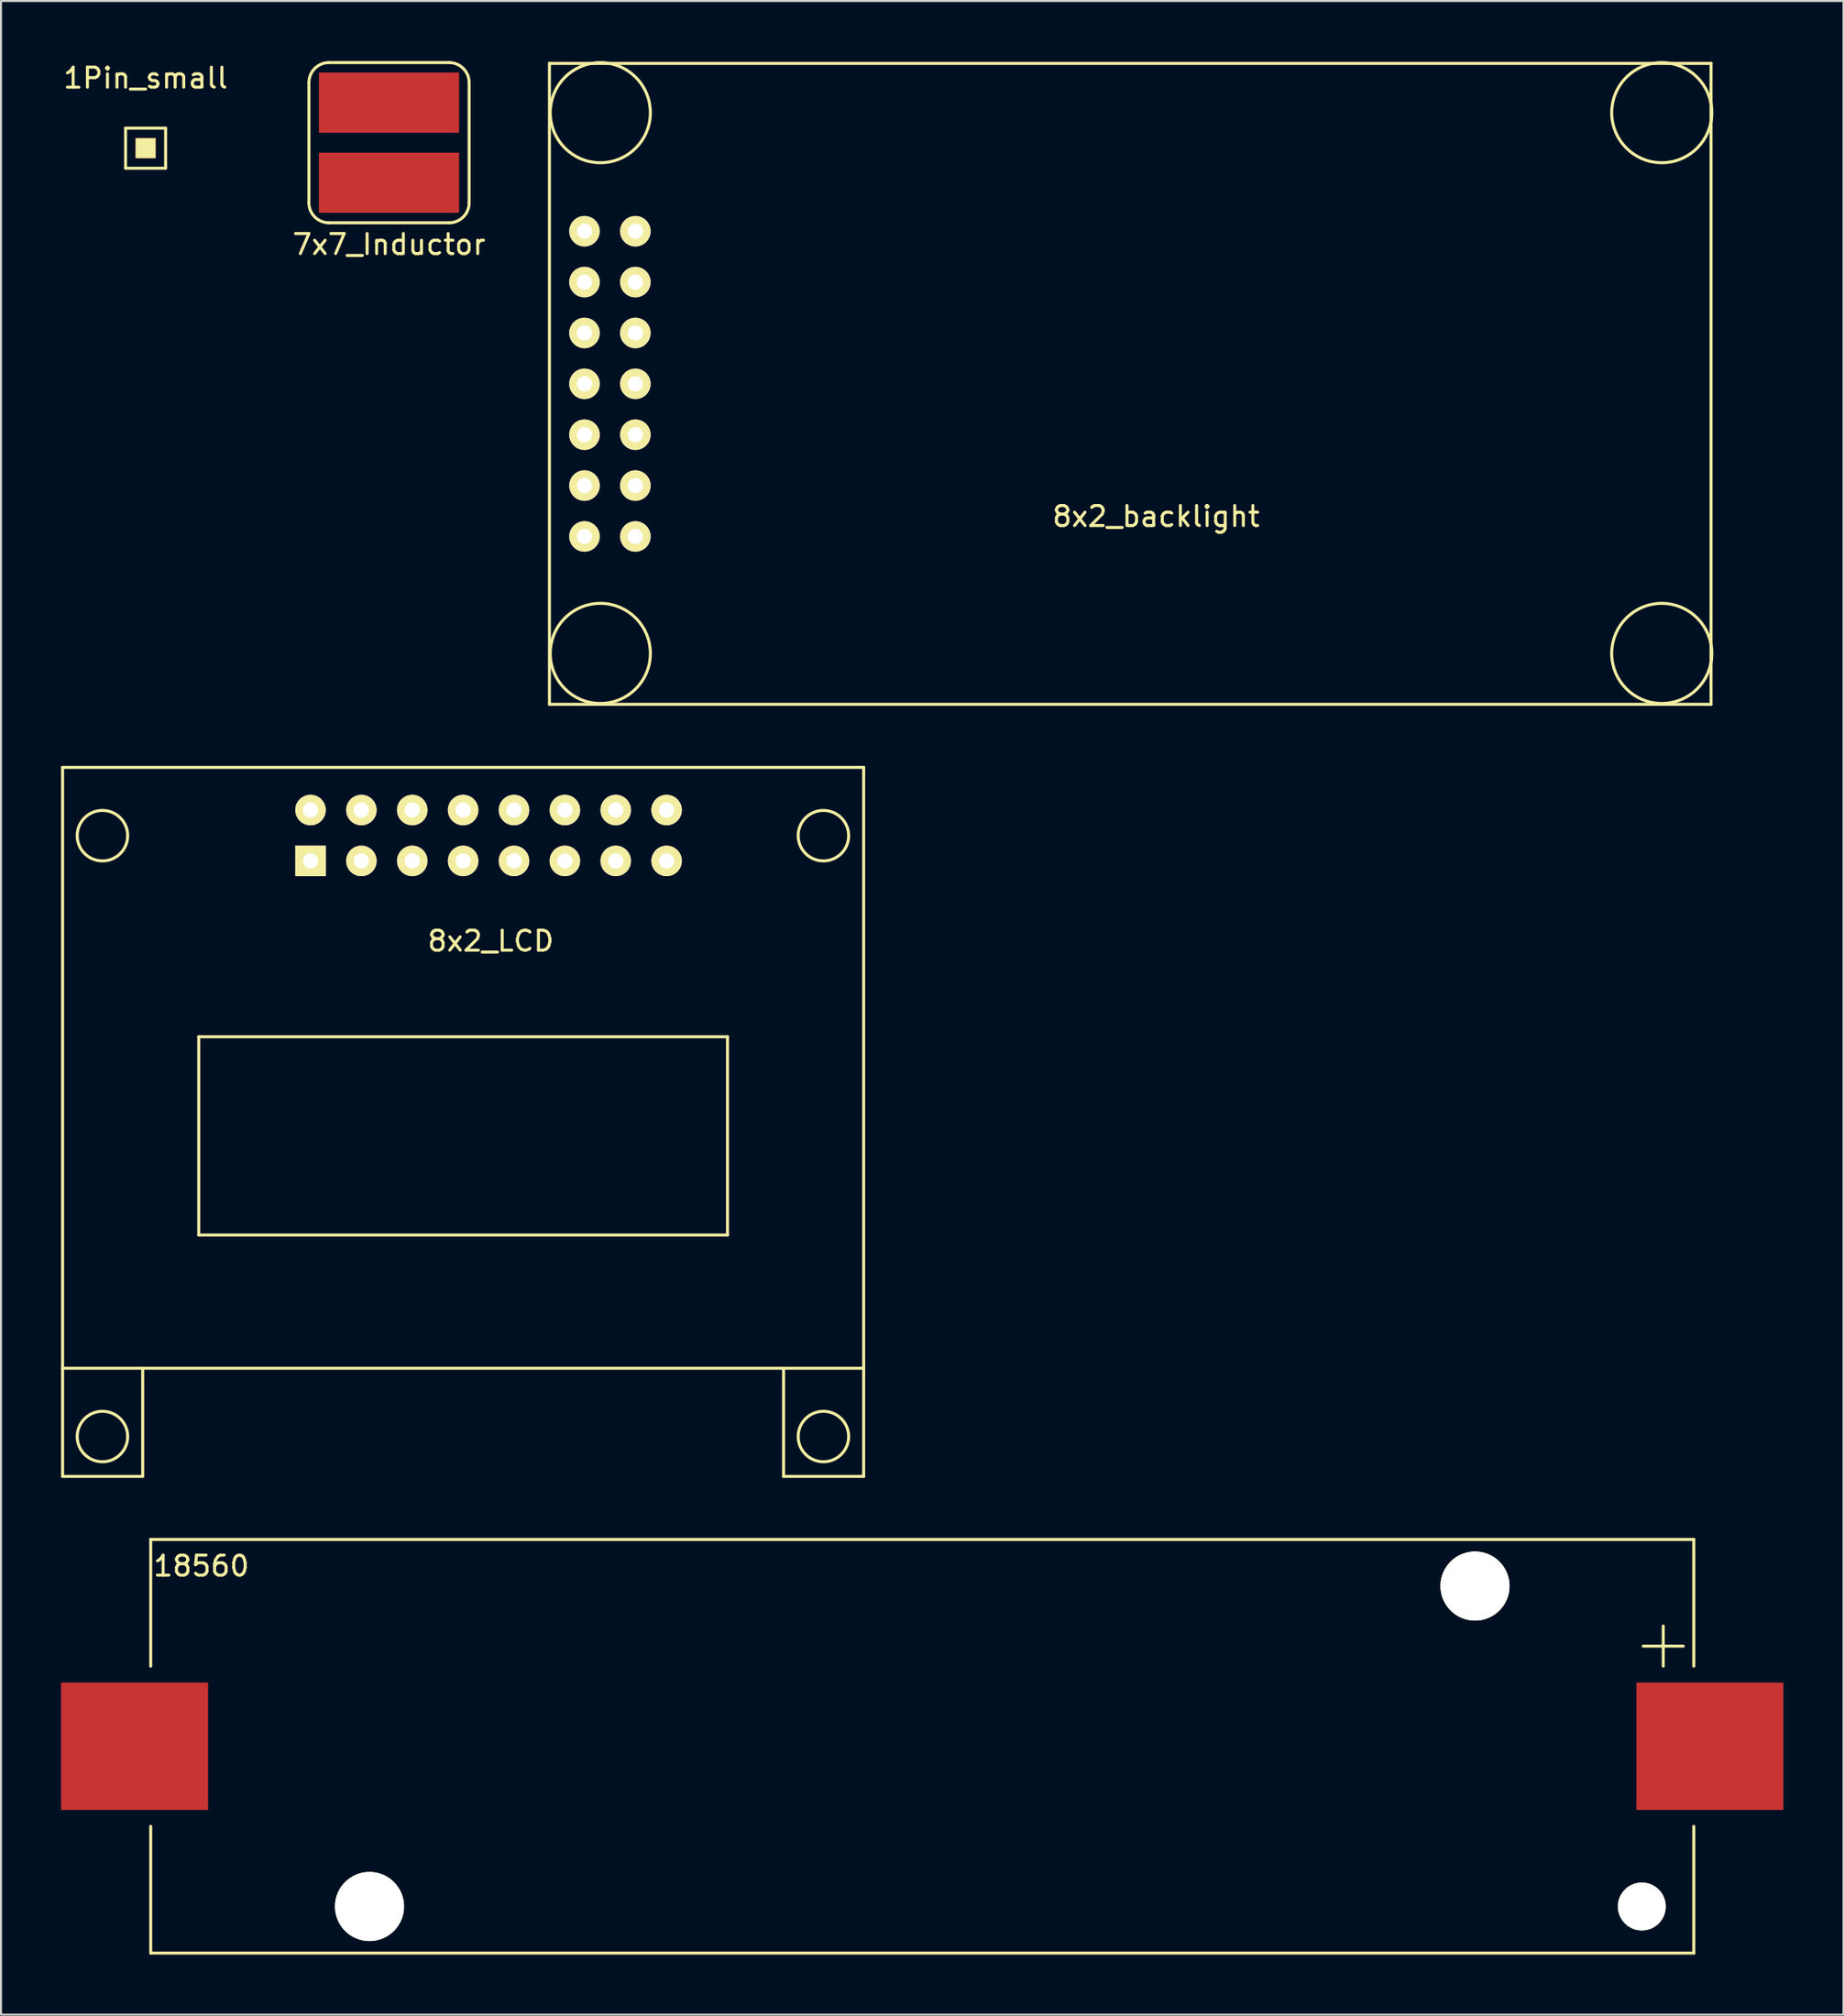
<source format=kicad_pcb>
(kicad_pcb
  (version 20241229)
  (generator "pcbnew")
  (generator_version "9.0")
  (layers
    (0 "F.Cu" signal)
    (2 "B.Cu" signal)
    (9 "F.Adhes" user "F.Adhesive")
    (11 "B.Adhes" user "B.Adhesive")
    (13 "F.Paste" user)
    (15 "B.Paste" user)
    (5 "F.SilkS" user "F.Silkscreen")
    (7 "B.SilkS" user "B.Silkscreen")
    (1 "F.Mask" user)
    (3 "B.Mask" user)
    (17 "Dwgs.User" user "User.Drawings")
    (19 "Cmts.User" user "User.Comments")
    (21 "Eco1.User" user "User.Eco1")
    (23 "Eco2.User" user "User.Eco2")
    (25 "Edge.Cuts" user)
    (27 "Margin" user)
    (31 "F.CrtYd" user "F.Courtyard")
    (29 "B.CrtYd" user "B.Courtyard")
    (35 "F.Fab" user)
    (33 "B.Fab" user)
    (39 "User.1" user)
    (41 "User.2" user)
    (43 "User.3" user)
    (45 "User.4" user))
  (footprint "8x2_LCD"
    (layer "F.Cu")
    (at 12.455 39.935)
    (property "Reference" "8x2_LCD" (at 9 4 0) (layer "F.SilkS") (effects (font (size 1 1) (thickness 0.15))))
    (attr through_hole)
    (fp_line (start -12.38 -4.67) (end -12.38 25.33) (stroke (width 0.15) (type solid)) (layer "F.SilkS"))
    (fp_line (start -12.38 -4.67) (end 27.62 -4.67) (stroke (width 0.15) (type solid)) (layer "F.SilkS"))
    (fp_line (start -12.38 25.33) (end 27.62 25.33) (stroke (width 0.15) (type solid)) (layer "F.SilkS"))
    (fp_line (start -12.38 30.73) (end -12.38 25.33) (stroke (width 0.15) (type solid)) (layer "F.SilkS"))
    (fp_line (start -8.38 25.33) (end -8.38 30.73) (stroke (width 0.15) (type solid)) (layer "F.SilkS"))
    (fp_line (start -8.38 30.73) (end -12.38 30.73) (stroke (width 0.15) (type solid)) (layer "F.SilkS"))
    (fp_line (start -5.58 8.78) (end 20.82 8.78) (stroke (width 0.15) (type solid)) (layer "F.SilkS"))
    (fp_line (start -5.58 18.68) (end -5.58 8.78) (stroke (width 0.15) (type solid)) (layer "F.SilkS"))
    (fp_line (start -5.58 18.68) (end 20.82 18.68) (stroke (width 0.15) (type solid)) (layer "F.SilkS"))
    (fp_line (start 20.82 18.68) (end 20.82 8.78) (stroke (width 0.15) (type solid)) (layer "F.SilkS"))
    (fp_line (start 23.62 30.73) (end 23.62 25.33) (stroke (width 0.15) (type solid)) (layer "F.SilkS"))
    (fp_line (start 27.62 -4.67) (end 27.62 25.33) (stroke (width 0.15) (type solid)) (layer "F.SilkS"))
    (fp_line (start 27.62 25.33) (end 27.62 30.73) (stroke (width 0.15) (type solid)) (layer "F.SilkS"))
    (fp_line (start 27.62 30.73) (end 23.62 30.73) (stroke (width 0.15) (type solid)) (layer "F.SilkS"))
    (fp_circle (center -10.39 -1.26) (end -10.39 0) (stroke (width 0.15) (type solid)) (fill no) (layer "F.SilkS"))
    (fp_circle (center -10.39 28.74) (end -10.39 30) (stroke (width 0.15) (type solid)) (fill no) (layer "F.SilkS"))
    (fp_circle (center 25.61 -1.26) (end 25.61 0) (stroke (width 0.15) (type solid)) (fill no) (layer "F.SilkS"))
    (fp_circle (center 25.61 28.74) (end 25.61 30) (stroke (width 0.15) (type solid)) (fill no) (layer "F.SilkS"))
    (pad "1" thru_hole rect (at 0 0) (size 1.524 1.524) (drill 0.762) (layers "*.Cu" "*.Mask" "F.SilkS"))
    (pad "2" thru_hole circle (at 0 -2.54) (size 1.524 1.524) (drill 0.762) (layers "*.Cu" "*.Mask" "F.SilkS"))
    (pad "3" thru_hole circle (at 2.54 0) (size 1.524 1.524) (drill 0.762) (layers "*.Cu" "*.Mask" "F.SilkS"))
    (pad "4" thru_hole circle (at 2.54 -2.54) (size 1.524 1.524) (drill 0.762) (layers "*.Cu" "*.Mask" "F.SilkS"))
    (pad "5" thru_hole circle (at 5.08 0) (size 1.524 1.524) (drill 0.762) (layers "*.Cu" "*.Mask" "F.SilkS"))
    (pad "6" thru_hole circle (at 5.08 -2.54) (size 1.524 1.524) (drill 0.762) (layers "*.Cu" "*.Mask" "F.SilkS"))
    (pad "7" thru_hole circle (at 7.62 0) (size 1.524 1.524) (drill 0.762) (layers "*.Cu" "*.Mask" "F.SilkS"))
    (pad "8" thru_hole circle (at 7.62 -2.54) (size 1.524 1.524) (drill 0.762) (layers "*.Cu" "*.Mask" "F.SilkS"))
    (pad "9" thru_hole circle (at 10.16 0) (size 1.524 1.524) (drill 0.762) (layers "*.Cu" "*.Mask" "F.SilkS"))
    (pad "10" thru_hole circle (at 10.16 -2.54) (size 1.524 1.524) (drill 0.762) (layers "*.Cu" "*.Mask" "F.SilkS"))
    (pad "11" thru_hole circle (at 12.7 0) (size 1.524 1.524) (drill 0.762) (layers "*.Cu" "*.Mask" "F.SilkS"))
    (pad "12" thru_hole circle (at 12.7 -2.54) (size 1.524 1.524) (drill 0.762) (layers "*.Cu" "*.Mask" "F.SilkS"))
    (pad "13" thru_hole circle (at 15.24 0) (size 1.524 1.524) (drill 0.762) (layers "*.Cu" "*.Mask" "F.SilkS"))
    (pad "14" thru_hole circle (at 15.24 -2.54) (size 1.524 1.524) (drill 0.762) (layers "*.Cu" "*.Mask" "F.SilkS"))
    (pad "15" thru_hole circle (at 17.78 0) (size 1.524 1.524) (drill 0.762) (layers "*.Cu" "*.Mask" "F.SilkS"))
    (pad "16" thru_hole circle (at 17.78 -2.54) (size 1.524 1.524) (drill 0.762) (layers "*.Cu" "*.Mask" "F.SilkS")))
  (footprint "7x7_Inductor"
    (layer "F.Cu")
    (at 16.375 4.075)
    (property "Reference" "7x7_Inductor" (at 0 5.08 0) (layer "F.SilkS") (effects (font (size 1 1) (thickness 0.15))))
    (attr through_hole)
    (fp_line (start -4 3) (end -4 -3) (stroke (width 0.15) (type solid)) (layer "F.SilkS"))
    (fp_line (start -3 -4) (end 3 -4) (stroke (width 0.15) (type solid)) (layer "F.SilkS"))
    (fp_line (start -3 4) (end 3 4) (stroke (width 0.15) (type solid)) (layer "F.SilkS"))
    (fp_line (start 4 -3) (end 4 3) (stroke (width 0.15) (type solid)) (layer "F.SilkS"))
    (fp_arc (start -4 -3) (mid -3.707107 -3.707107) (end -3 -4) (stroke (width 0.15) (type solid)) (layer "F.SilkS"))
    (fp_arc (start -3 4) (mid -3.707107 3.707107) (end -4 3) (stroke (width 0.15) (type solid)) (layer "F.SilkS"))
    (fp_arc (start 3 -4) (mid 3.707107 -3.707107) (end 4 -3) (stroke (width 0.15) (type solid)) (layer "F.SilkS"))
    (fp_arc (start 4 3) (mid 3.707107 3.707107) (end 3 4) (stroke (width 0.15) (type solid)) (layer "F.SilkS"))
    (pad "1" smd rect (at 0 -2) (size 7 3) (layers "F.Cu" "F.Mask" "F.Paste"))
    (pad "2" smd rect (at 0 2) (size 7 3) (layers "F.Cu" "F.Mask" "F.Paste")))
  (footprint "18560"
    (layer "F.Cu")
    (at 43 84.14)
    (property "Reference" "18560" (at -36 -9 0) (layer "F.SilkS") (effects (font (size 1 1) (thickness 0.15))))
    (attr through_hole)
    (fp_line (start -38.525 -10.325) (end -38.525 -4) (stroke (width 0.15) (type solid)) (layer "F.SilkS"))
    (fp_line (start -38.525 -10.325) (end 38.525 -10.325) (stroke (width 0.15) (type solid)) (layer "F.SilkS"))
    (fp_line (start -38.525 10.325) (end -38.525 4) (stroke (width 0.15) (type solid)) (layer "F.SilkS"))
    (fp_line (start -38.525 10.325) (end 38.525 10.325) (stroke (width 0.15) (type solid)) (layer "F.SilkS"))
    (fp_line (start 37 -4) (end 37 -6) (stroke (width 0.15) (type solid)) (layer "F.SilkS"))
    (fp_line (start 38 -5) (end 36 -5) (stroke (width 0.15) (type solid)) (layer "F.SilkS"))
    (fp_line (start 38.525 -10.325) (end 38.525 -4) (stroke (width 0.15) (type solid)) (layer "F.SilkS"))
    (fp_line (start 38.525 10.325) (end 38.525 4) (stroke (width 0.15) (type solid)) (layer "F.SilkS"))
    (pad "" np_thru_hole circle (at -27.6 8) (size 3.45 3.45) (drill 3.45) (layers "*.Cu" "*.Mask" "F.SilkS"))
    (pad "" np_thru_hole circle (at 27.6 -8) (size 3.45 3.45) (drill 3.45) (layers "*.Cu" "*.Mask" "F.SilkS"))
    (pad "" np_thru_hole circle (at 35.93 8) (size 2.39 2.39) (drill 2.39) (layers "*.Cu" "*.Mask" "F.SilkS"))
    (pad "1" smd rect (at -39.33 0) (size 7.34 6.36) (layers "F.Cu" "F.Mask" "F.Paste"))
    (pad "2" smd rect (at 39.33 0) (size 7.34 6.36) (layers "F.Cu" "F.Mask" "F.Paste")))
  (footprint "8x2_backlight"
    (layer "F.Cu")
    (at 28.675 23.735)
    (property "Reference" "8x2_backlight" (at 26 -1 0) (layer "F.SilkS") (effects (font (size 1 1) (thickness 0.15))))
    (attr through_hole)
    (fp_line (start -4.29 -23.62) (end -4.29 8.38) (stroke (width 0.15) (type solid)) (layer "F.SilkS"))
    (fp_line (start -4.29 8.38) (end 53.71 8.38) (stroke (width 0.15) (type solid)) (layer "F.SilkS"))
    (fp_line (start 53.71 -23.62) (end -4.29 -23.62) (stroke (width 0.15) (type solid)) (layer "F.SilkS"))
    (fp_line (start 53.71 8.38) (end 53.71 -23.62) (stroke (width 0.15) (type solid)) (layer "F.SilkS"))
    (fp_circle (center -1.75 -21.16) (end -1.75 -18.66) (stroke (width 0.15) (type solid)) (fill no) (layer "F.SilkS"))
    (fp_circle (center -1.75 5.84) (end -1.75 8.34) (stroke (width 0.15) (type solid)) (fill no) (layer "F.SilkS"))
    (fp_circle (center 51.25 -21.16) (end 51.25 -18.66) (stroke (width 0.15) (type solid)) (fill no) (layer "F.SilkS"))
    (fp_circle (center 51.25 5.84) (end 51.25 8.34) (stroke (width 0.15) (type solid)) (fill no) (layer "F.SilkS"))
    (pad "1" thru_hole circle (at 0 0) (size 1.524 1.524) (drill 0.762) (layers "*.Cu" "*.Mask" "F.SilkS"))
    (pad "2" thru_hole circle (at -2.54 0) (size 1.524 1.524) (drill 0.762) (layers "*.Cu" "*.Mask" "F.SilkS"))
    (pad "3" thru_hole circle (at 0 -2.54) (size 1.524 1.524) (drill 0.762) (layers "*.Cu" "*.Mask" "F.SilkS"))
    (pad "4" thru_hole circle (at -2.54 -2.54) (size 1.524 1.524) (drill 0.762) (layers "*.Cu" "*.Mask" "F.SilkS"))
    (pad "5" thru_hole circle (at 0 -5.08) (size 1.524 1.524) (drill 0.762) (layers "*.Cu" "*.Mask" "F.SilkS"))
    (pad "6" thru_hole circle (at -2.54 -5.08) (size 1.524 1.524) (drill 0.762) (layers "*.Cu" "*.Mask" "F.SilkS"))
    (pad "7" thru_hole circle (at 0 -7.62) (size 1.524 1.524) (drill 0.762) (layers "*.Cu" "*.Mask" "F.SilkS"))
    (pad "8" thru_hole circle (at -2.54 -7.62) (size 1.524 1.524) (drill 0.762) (layers "*.Cu" "*.Mask" "F.SilkS"))
    (pad "9" thru_hole circle (at 0 -10.16) (size 1.524 1.524) (drill 0.762) (layers "*.Cu" "*.Mask" "F.SilkS"))
    (pad "10" thru_hole circle (at -2.54 -10.16) (size 1.524 1.524) (drill 0.762) (layers "*.Cu" "*.Mask" "F.SilkS"))
    (pad "11" thru_hole circle (at 0 -12.7) (size 1.524 1.524) (drill 0.762) (layers "*.Cu" "*.Mask" "F.SilkS"))
    (pad "12" thru_hole circle (at -2.54 -12.7) (size 1.524 1.524) (drill 0.762) (layers "*.Cu" "*.Mask" "F.SilkS"))
    (pad "13" thru_hole circle (at 0 -15.24) (size 1.524 1.524) (drill 0.762) (layers "*.Cu" "*.Mask" "F.SilkS"))
    (pad "14" thru_hole circle (at -2.54 -15.24) (size 1.524 1.524) (drill 0.762) (layers "*.Cu" "*.Mask" "F.SilkS")))
  (footprint "1Pin_small"
    (layer "F.Cu")
    (at 4.22 4.348)
    (property "Reference" "1Pin_small" (at 0 -3.5 0) (layer "F.SilkS") (effects (font (size 1 1) (thickness 0.15))))
    (attr through_hole)
    (fp_line (start -1 -1) (end 1 -1) (stroke (width 0.15) (type solid)) (layer "F.SilkS"))
    (fp_line (start -1 1) (end -1 -1) (stroke (width 0.15) (type solid)) (layer "F.SilkS"))
    (fp_line (start 1 -1) (end 1 1) (stroke (width 0.15) (type solid)) (layer "F.SilkS"))
    (fp_line (start 1 1) (end -1 1) (stroke (width 0.15) (type solid)) (layer "F.SilkS"))
    (pad "1" smd rect (at 0 0) (size 1 1) (layers "F.Cu" "F.Mask" "F.SilkS" "F.Paste")))
  (gr_rect
    (start -3 -3)
    (end 89 97.54)
    (stroke (width 0.1) (type default))
    (fill no)
    (layer "Edge.Cuts")))
</source>
